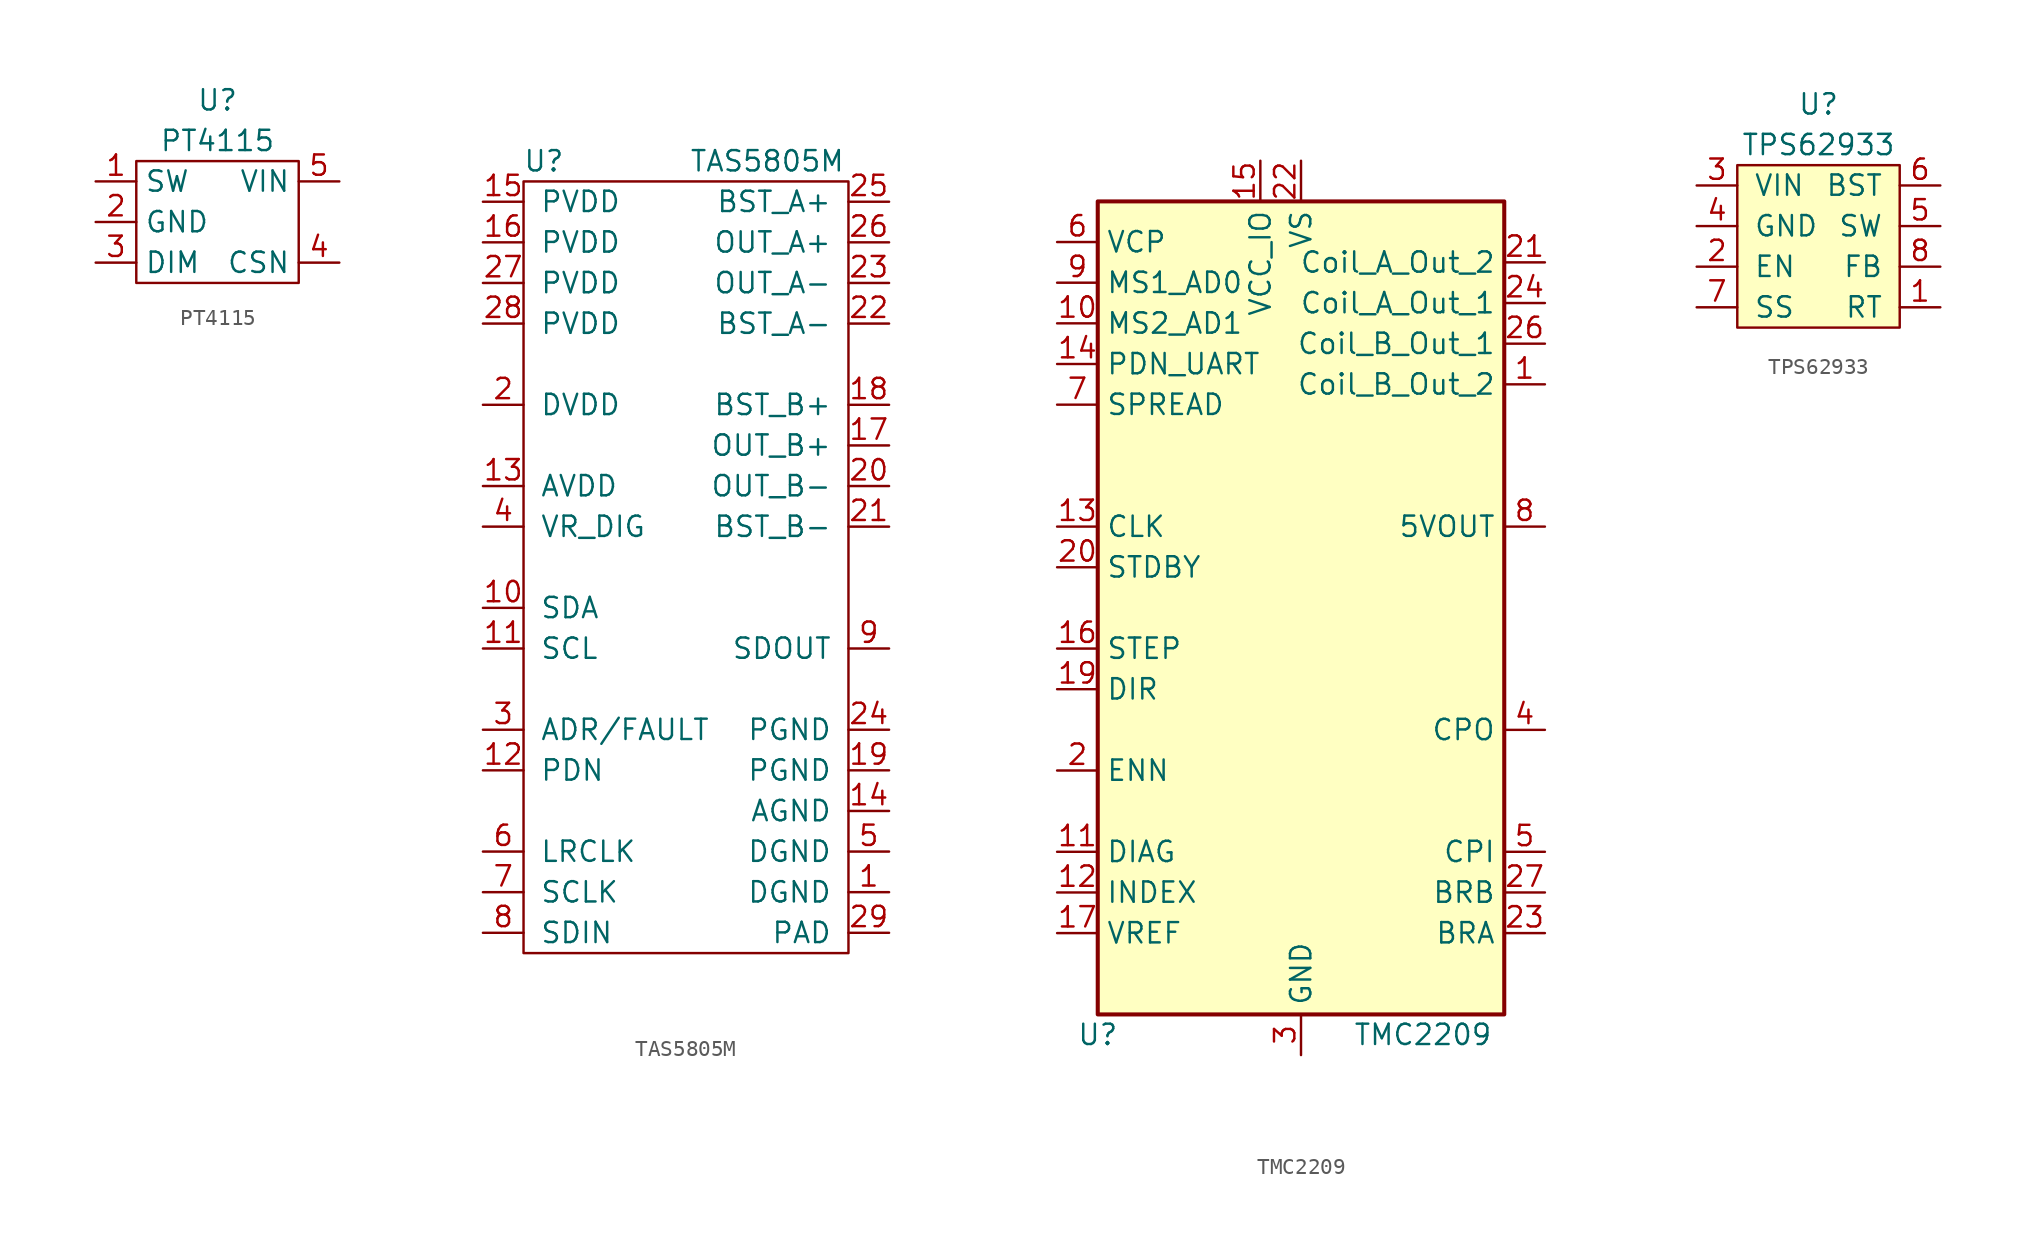
<source format=kicad_sym>
(kicad_symbol_lib
  (version 20241209)
  (generator "kicad_symbol_editor")
  (generator_version "9.0")
  (symbol "PT4115"
    (property "Reference" "U"
      (at 0 7.62 0)
      (effects (font (size 1.27 1.27))))
    (property "Value" "PT4115"
      (at 0 5.08 0)
      (effects (font (size 1.27 1.27))))
    (symbol "PT4115_0_1"
      (rectangle (start -5.08 3.81) (end 5.08 -3.81) (stroke (width 0) (type default)) (fill (type none))))
    (symbol "PT4115_1_1"
      (pin output line (at -7.62 2.54 0) (length 2.54) (name "SW" (effects (font (size 1.27 1.27)))) (number "1" (effects (font (size 1.27 1.27)))))
      (pin power_in line (at -7.62 0 0) (length 2.54) (name "GND" (effects (font (size 1.27 1.27)))) (number "2" (effects (font (size 1.27 1.27)))))
      (pin input line (at -7.62 -2.54 0) (length 2.54) (name "DIM" (effects (font (size 1.27 1.27)))) (number "3" (effects (font (size 1.27 1.27)))))
      (pin power_in line (at 7.62 2.54 180) (length 2.54) (name "VIN" (effects (font (size 1.27 1.27)))) (number "5" (effects (font (size 1.27 1.27)))))
      (pin input line (at 7.62 -2.54 180) (length 2.54) (name "CSN" (effects (font (size 1.27 1.27)))) (number "4" (effects (font (size 1.27 1.27)))))))
  (symbol "TAS5805M"
    (pin_names
      (offset 1.016))
    (property "Reference" "U"
      (at -8.89 25.4 0)
      (effects (font (size 1.27 1.27))))
    (property "Value" "TAS5805M"
      (at 5.08 25.4 0)
      (effects (font (size 1.27 1.27))))
    (symbol "TAS5805M_0_1"
      (rectangle (start -10.16 24.13) (end 10.16 -24.13) (stroke (width 0) (type default)) (fill (type none))))
    (symbol "TAS5805M_1_1"
      (pin power_in line (at -12.7 22.86 0) (length 2.54) (name "PVDD" (effects (font (size 1.27 1.27)))) (number "15" (effects (font (size 1.27 1.27)))))
      (pin power_in line (at -12.7 20.32 0) (length 2.54) (name "PVDD" (effects (font (size 1.27 1.27)))) (number "16" (effects (font (size 1.27 1.27)))))
      (pin power_in line (at -12.7 17.78 0) (length 2.54) (name "PVDD" (effects (font (size 1.27 1.27)))) (number "27" (effects (font (size 1.27 1.27)))))
      (pin power_in line (at -12.7 15.24 0) (length 2.54) (name "PVDD" (effects (font (size 1.27 1.27)))) (number "28" (effects (font (size 1.27 1.27)))))
      (pin power_in line (at -12.7 10.16 0) (length 2.54) (name "DVDD" (effects (font (size 1.27 1.27)))) (number "2" (effects (font (size 1.27 1.27)))))
      (pin power_out line (at -12.7 5.08 0) (length 2.54) (name "AVDD" (effects (font (size 1.27 1.27)))) (number "13" (effects (font (size 1.27 1.27)))))
      (pin power_out line (at -12.7 2.54 0) (length 2.54) (name "VR_DIG" (effects (font (size 1.27 1.27)))) (number "4" (effects (font (size 1.27 1.27)))))
      (pin bidirectional line (at -12.7 -2.54 0) (length 2.54) (name "SDA" (effects (font (size 1.27 1.27)))) (number "10" (effects (font (size 1.27 1.27)))))
      (pin bidirectional line (at -12.7 -5.08 0) (length 2.54) (name "SCL" (effects (font (size 1.27 1.27)))) (number "11" (effects (font (size 1.27 1.27)))))
      (pin bidirectional line (at -12.7 -10.16 0) (length 2.54) (name "ADR/FAULT" (effects (font (size 1.27 1.27)))) (number "3" (effects (font (size 1.27 1.27)))))
      (pin input line (at -12.7 -12.7 0) (length 2.54) (name "PDN" (effects (font (size 1.27 1.27)))) (number "12" (effects (font (size 1.27 1.27)))))
      (pin input line (at -12.7 -17.78 0) (length 2.54) (name "LRCLK" (effects (font (size 1.27 1.27)))) (number "6" (effects (font (size 1.27 1.27)))))
      (pin input line (at -12.7 -20.32 0) (length 2.54) (name "SCLK" (effects (font (size 1.27 1.27)))) (number "7" (effects (font (size 1.27 1.27)))))
      (pin input line (at -12.7 -22.86 0) (length 2.54) (name "SDIN" (effects (font (size 1.27 1.27)))) (number "8" (effects (font (size 1.27 1.27)))))
      (pin output line (at 12.7 22.86 180) (length 2.54) (name "BST_A+" (effects (font (size 1.27 1.27)))) (number "25" (effects (font (size 1.27 1.27)))))
      (pin output line (at 12.7 20.32 180) (length 2.54) (name "OUT_A+" (effects (font (size 1.27 1.27)))) (number "26" (effects (font (size 1.27 1.27)))))
      (pin output line (at 12.7 17.78 180) (length 2.54) (name "OUT_A-" (effects (font (size 1.27 1.27)))) (number "23" (effects (font (size 1.27 1.27)))))
      (pin output line (at 12.7 15.24 180) (length 2.54) (name "BST_A-" (effects (font (size 1.27 1.27)))) (number "22" (effects (font (size 1.27 1.27)))))
      (pin output line (at 12.7 10.16 180) (length 2.54) (name "BST_B+" (effects (font (size 1.27 1.27)))) (number "18" (effects (font (size 1.27 1.27)))))
      (pin output line (at 12.7 7.62 180) (length 2.54) (name "OUT_B+" (effects (font (size 1.27 1.27)))) (number "17" (effects (font (size 1.27 1.27)))))
      (pin output line (at 12.7 5.08 180) (length 2.54) (name "OUT_B-" (effects (font (size 1.27 1.27)))) (number "20" (effects (font (size 1.27 1.27)))))
      (pin output line (at 12.7 2.54 180) (length 2.54) (name "BST_B-" (effects (font (size 1.27 1.27)))) (number "21" (effects (font (size 1.27 1.27)))))
      (pin output line (at 12.7 -5.08 180) (length 2.54) (name "SDOUT" (effects (font (size 1.27 1.27)))) (number "9" (effects (font (size 1.27 1.27)))))
      (pin power_in line (at 12.7 -10.16 180) (length 2.54) (name "PGND" (effects (font (size 1.27 1.27)))) (number "24" (effects (font (size 1.27 1.27)))))
      (pin power_in line (at 12.7 -12.7 180) (length 2.54) (name "PGND" (effects (font (size 1.27 1.27)))) (number "19" (effects (font (size 1.27 1.27)))))
      (pin power_in line (at 12.7 -15.24 180) (length 2.54) (name "AGND" (effects (font (size 1.27 1.27)))) (number "14" (effects (font (size 1.27 1.27)))))
      (pin power_in line (at 12.7 -17.78 180) (length 2.54) (name "DGND" (effects (font (size 1.27 1.27)))) (number "5" (effects (font (size 1.27 1.27)))))
      (pin power_in line (at 12.7 -20.32 180) (length 2.54) (name "DGND" (effects (font (size 1.27 1.27)))) (number "1" (effects (font (size 1.27 1.27)))))
      (pin unspecified line (at 12.7 -22.86 180) (length 2.54) (name "PAD" (effects (font (size 1.27 1.27)))) (number "29" (effects (font (size 1.27 1.27)))))))
  (symbol "TMC2209"
    (property "Reference" "U"
      (at -12.7 -26.67 0)
      (effects (font (size 1.27 1.27))))
    (property "Value" "TMC2209"
      (at 7.62 -26.67 0)
      (effects (font (size 1.27 1.27))))
    (symbol "TMC2209_1_1"
      (rectangle (start -12.7 25.4) (end 12.7 -25.4) (stroke (width 0.254) (type default)) (fill (type background)))
      (pin passive line (at -15.24 22.86 0) (length 2.54) (name "VCP" (effects (font (size 1.27 1.27)))) (number "6" (effects (font (size 1.27 1.27)))))
      (pin input line (at -15.24 20.32 0) (length 2.54) (name "MS1_AD0" (effects (font (size 1.27 1.27)))) (number "9" (effects (font (size 1.27 1.27)))))
      (pin input line (at -15.24 17.78 0) (length 2.54) (name "MS2_AD1" (effects (font (size 1.27 1.27)))) (number "10" (effects (font (size 1.27 1.27)))))
      (pin bidirectional line (at -15.24 15.24 0) (length 2.54) (name "PDN_UART" (effects (font (size 1.27 1.27)))) (number "14" (effects (font (size 1.27 1.27)))))
      (pin input line (at -15.24 12.7 0) (length 2.54) (name "SPREAD" (effects (font (size 1.27 1.27)))) (number "7" (effects (font (size 1.27 1.27)))))
      (pin input line (at -15.24 5.08 0) (length 2.54) (name "CLK" (effects (font (size 1.27 1.27)))) (number "13" (effects (font (size 1.27 1.27)))))
      (pin input line (at -15.24 2.54 0) (length 2.54) (name "STDBY" (effects (font (size 1.27 1.27)))) (number "20" (effects (font (size 1.27 1.27)))))
      (pin input line (at -15.24 -2.54 0) (length 2.54) (name "STEP" (effects (font (size 1.27 1.27)))) (number "16" (effects (font (size 1.27 1.27)))))
      (pin input line (at -15.24 -5.08 0) (length 2.54) (name "DIR" (effects (font (size 1.27 1.27)))) (number "19" (effects (font (size 1.27 1.27)))))
      (pin input line (at -15.24 -10.16 0) (length 2.54) (name "ENN" (effects (font (size 1.27 1.27)))) (number "2" (effects (font (size 1.27 1.27)))))
      (pin output line (at -15.24 -15.24 0) (length 2.54) (name "DIAG" (effects (font (size 1.27 1.27)))) (number "11" (effects (font (size 1.27 1.27)))))
      (pin output line (at -15.24 -17.78 0) (length 2.54) (name "INDEX" (effects (font (size 1.27 1.27)))) (number "12" (effects (font (size 1.27 1.27)))))
      (pin input line (at -15.24 -20.32 0) (length 2.54) (name "VREF" (effects (font (size 1.27 1.27)))) (number "17" (effects (font (size 1.27 1.27)))))
      (pin power_in line (at -2.54 27.94 270) (length 2.54) (name "VCC_IO" (effects (font (size 1.27 1.27)))) (number "15" (effects (font (size 1.27 1.27)))))
      (pin power_in line (at 0 27.94 270) (length 2.54) (name "VS" (effects (font (size 1.27 1.27)))) (number "22" (effects (font (size 1.27 1.27)))))
      (pin passive line (at 0 27.94 270) (length 2.54) (hide yes) (name "VS" (effects (font (size 1.27 1.27)))) (number "28" (effects (font (size 1.27 1.27)))))
      (pin passive line (at 0 -27.94 90) (length 2.54) (hide yes) (name "GND" (effects (font (size 1.27 1.27)))) (number "18" (effects (font (size 1.27 1.27)))))
      (pin passive line (at 0 -27.94 90) (length 2.54) (hide yes) (name "GND" (effects (font (size 1.27 1.27)))) (number "25" (effects (font (size 1.27 1.27)))))
      (pin passive line (at 0 -27.94 90) (length 2.54) (hide yes) (name "PAD" (effects (font (size 1.27 1.27)))) (number "29" (effects (font (size 1.27 1.27)))))
      (pin power_in line (at 0 -27.94 90) (length 2.54) (name "GND" (effects (font (size 1.27 1.27)))) (number "3" (effects (font (size 1.27 1.27)))))
      (pin no_connect line (at 12.7 0 180) (length 2.54) (hide yes) (name "NC" (effects (font (size 1.27 1.27)))) (number "25" (effects (font (size 1.27 1.27)))))
      (pin output line (at 15.24 21.59 180) (length 2.54) (name "Coil_A_Out_2" (effects (font (size 1.27 1.27)))) (number "21" (effects (font (size 1.27 1.27)))))
      (pin output line (at 15.24 19.05 180) (length 2.54) (name "Coil_A_Out_1" (effects (font (size 1.27 1.27)))) (number "24" (effects (font (size 1.27 1.27)))))
      (pin output line (at 15.24 16.51 180) (length 2.54) (name "Coil_B_Out_1" (effects (font (size 1.27 1.27)))) (number "26" (effects (font (size 1.27 1.27)))))
      (pin output line (at 15.24 13.97 180) (length 2.54) (name "Coil_B_Out_2" (effects (font (size 1.27 1.27)))) (number "1" (effects (font (size 1.27 1.27)))))
      (pin power_out line (at 15.24 5.08 180) (length 2.54) (name "5VOUT" (effects (font (size 1.27 1.27)))) (number "8" (effects (font (size 1.27 1.27)))))
      (pin passive line (at 15.24 -7.62 180) (length 2.54) (name "CPO" (effects (font (size 1.27 1.27)))) (number "4" (effects (font (size 1.27 1.27)))))
      (pin passive line (at 15.24 -15.24 180) (length 2.54) (name "CPI" (effects (font (size 1.27 1.27)))) (number "5" (effects (font (size 1.27 1.27)))))
      (pin passive line (at 15.24 -17.78 180) (length 2.54) (name "BRB" (effects (font (size 1.27 1.27)))) (number "27" (effects (font (size 1.27 1.27)))))
      (pin passive line (at 15.24 -20.32 180) (length 2.54) (name "BRA" (effects (font (size 1.27 1.27)))) (number "23" (effects (font (size 1.27 1.27)))))))
  (symbol "TPS62933"
    (pin_names
      (offset 1.016))
    (property "Reference" "U"
      (at 0 8.89 0)
      (effects (font (size 1.27 1.27))))
    (property "Value" "TPS62933"
      (at 0 6.35 0)
      (effects (font (size 1.27 1.27))))
    (symbol "TPS62933_0_1"
      (rectangle (start -5.08 5.08) (end 5.08 -5.08) (stroke (width 0) (type default)) (fill (type background))))
    (symbol "TPS62933_1_1"
      (pin power_in line (at -7.62 3.81 0) (length 2.54) (name "VIN" (effects (font (size 1.27 1.27)))) (number "3" (effects (font (size 1.27 1.27)))))
      (pin power_in line (at -7.62 1.27 0) (length 2.54) (name "GND" (effects (font (size 1.27 1.27)))) (number "4" (effects (font (size 1.27 1.27)))))
      (pin input line (at -7.62 -1.27 0) (length 2.54) (name "EN" (effects (font (size 1.27 1.27)))) (number "2" (effects (font (size 1.27 1.27)))))
      (pin unspecified line (at -7.62 -3.81 0) (length 2.54) (name "SS" (effects (font (size 1.27 1.27)))) (number "7" (effects (font (size 1.27 1.27)))))
      (pin output line (at 7.62 3.81 180) (length 2.54) (name "BST" (effects (font (size 1.27 1.27)))) (number "6" (effects (font (size 1.27 1.27)))))
      (pin output line (at 7.62 1.27 180) (length 2.54) (name "SW" (effects (font (size 1.27 1.27)))) (number "5" (effects (font (size 1.27 1.27)))))
      (pin input line (at 7.62 -1.27 180) (length 2.54) (name "FB" (effects (font (size 1.27 1.27)))) (number "8" (effects (font (size 1.27 1.27)))))
      (pin output line (at 7.62 -3.81 180) (length 2.54) (name "RT" (effects (font (size 1.27 1.27)))) (number "1" (effects (font (size 1.27 1.27))))))))
</source>
